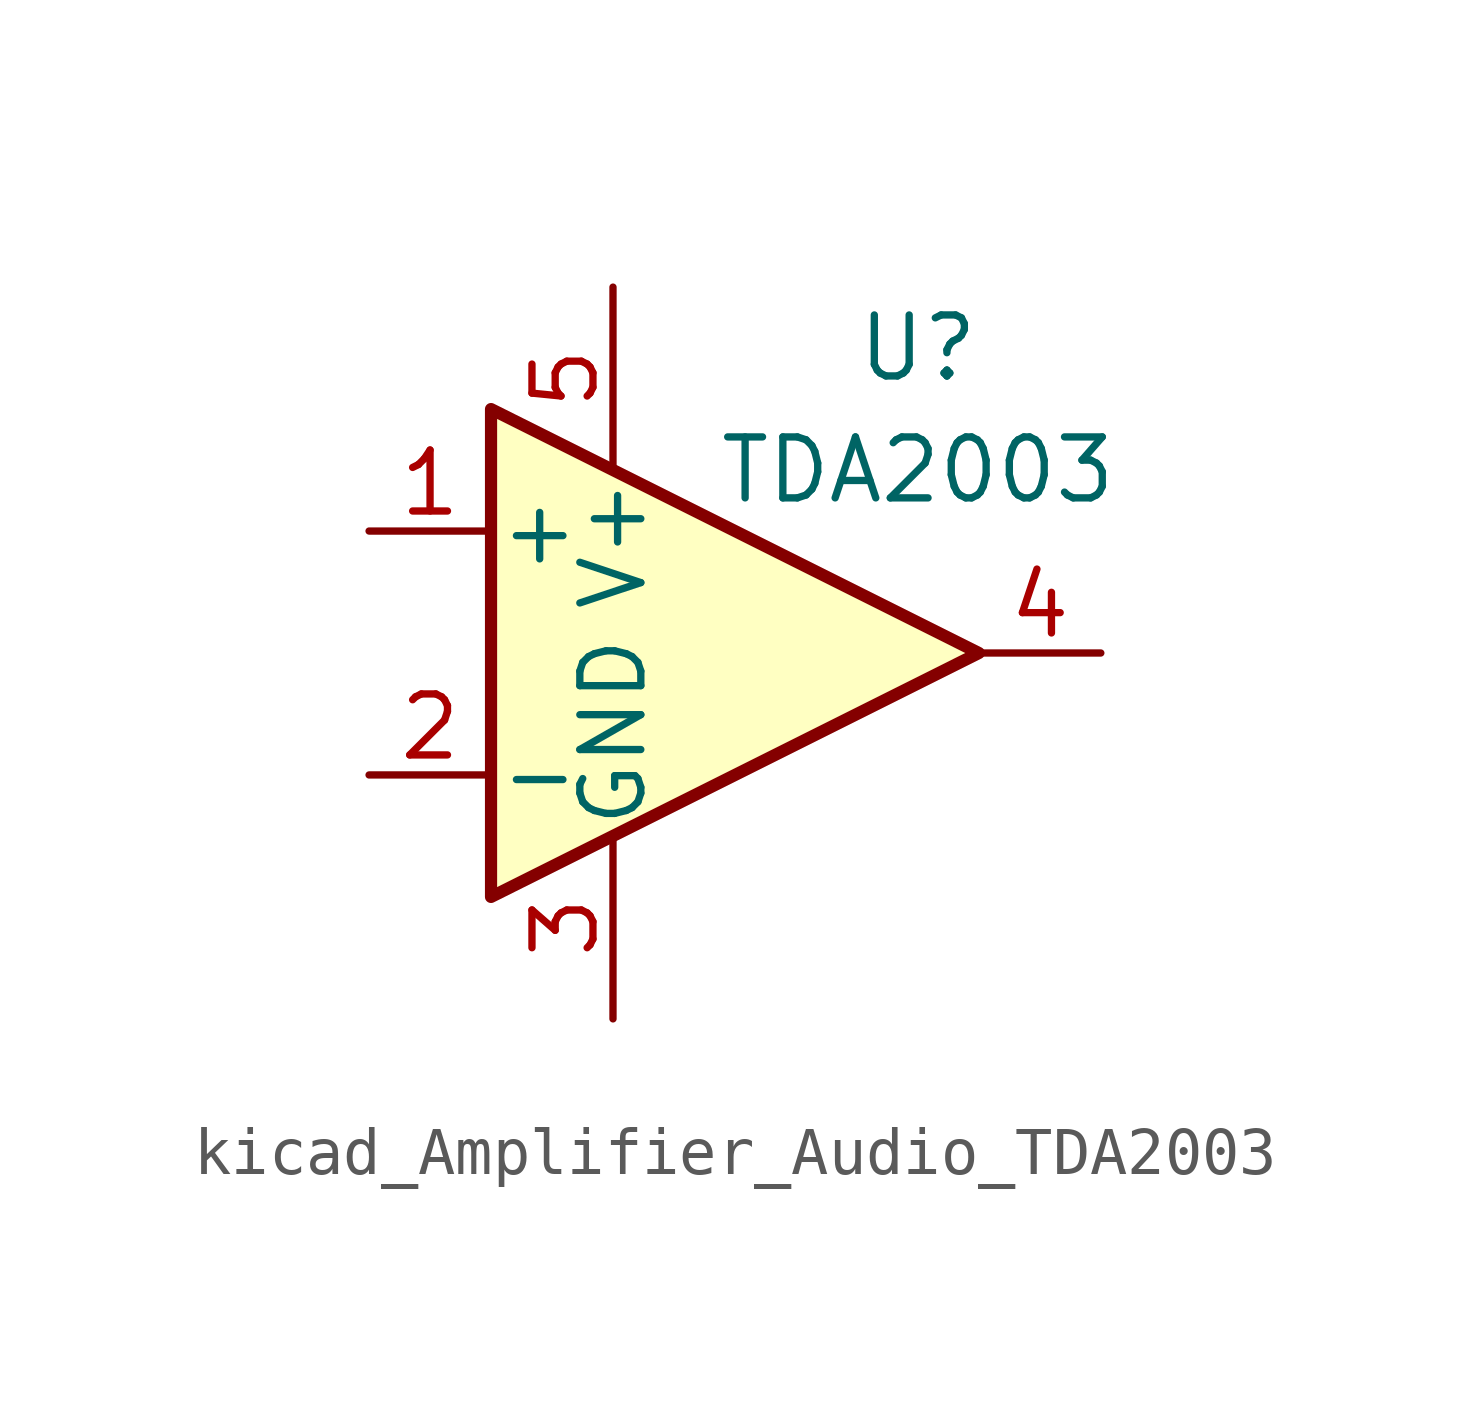
<source format=kicad_sym>
(kicad_symbol_lib
  (version 20220914)
  (generator kicad_symbol_editor)
  (symbol "kicad_Amplifier_Audio_TDA2003"
    (pin_names
      (offset 0.127))
    (property "Reference" "U"
      (at 3.81 6.35 0)
      (effects (font (size 1.27 1.27))))
    (property "Value" "TDA2003"
      (at 3.81 3.81 0)
      (effects (font (size 1.27 1.27))))
    (symbol "kicad_Amplifier_Audio_TDA2003_0_1"
      (polyline (pts (xy -5.08 5.08) (xy 5.08 0) (xy -5.08 -5.08) (xy -5.08 5.08)) (stroke (width 0.254) (type default)) (fill (type background))))
    (symbol "kicad_Amplifier_Audio_TDA2003_1_1"
      (pin input line (at -7.62 2.54 0) (length 2.54) (name "+" (effects (font (size 1.27 1.27)))) (number "1" (effects (font (size 1.27 1.27)))))
      (pin input line (at -7.62 -2.54 0) (length 2.54) (name "-" (effects (font (size 1.27 1.27)))) (number "2" (effects (font (size 1.27 1.27)))))
      (pin power_in line (at -2.54 -7.62 90) (length 3.81) (name "GND" (effects (font (size 1.27 1.27)))) (number "3" (effects (font (size 1.27 1.27)))))
      (pin output line (at 7.62 0 180) (length 2.54) (name "~" (effects (font (size 1.27 1.27)))) (number "4" (effects (font (size 1.27 1.27)))))
      (pin power_in line (at -2.54 7.62 270) (length 3.81) (name "V+" (effects (font (size 1.27 1.27)))) (number "5" (effects (font (size 1.27 1.27))))))))
</source>
